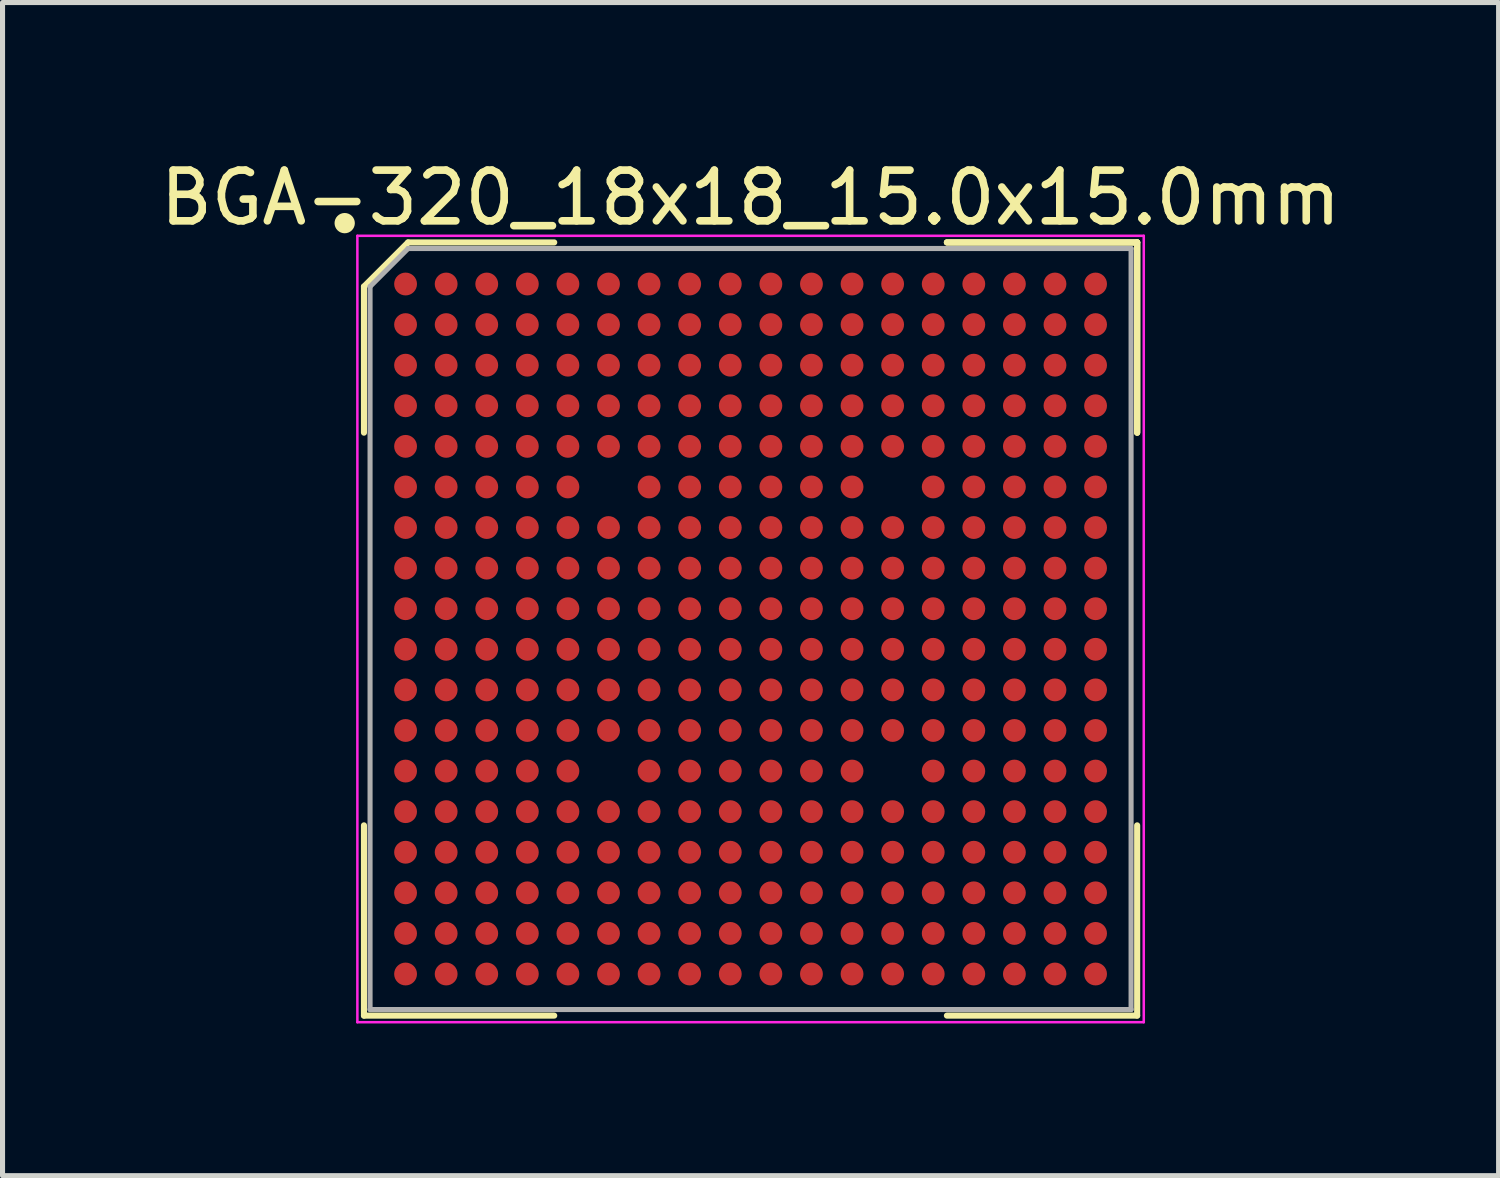
<source format=kicad_pcb>
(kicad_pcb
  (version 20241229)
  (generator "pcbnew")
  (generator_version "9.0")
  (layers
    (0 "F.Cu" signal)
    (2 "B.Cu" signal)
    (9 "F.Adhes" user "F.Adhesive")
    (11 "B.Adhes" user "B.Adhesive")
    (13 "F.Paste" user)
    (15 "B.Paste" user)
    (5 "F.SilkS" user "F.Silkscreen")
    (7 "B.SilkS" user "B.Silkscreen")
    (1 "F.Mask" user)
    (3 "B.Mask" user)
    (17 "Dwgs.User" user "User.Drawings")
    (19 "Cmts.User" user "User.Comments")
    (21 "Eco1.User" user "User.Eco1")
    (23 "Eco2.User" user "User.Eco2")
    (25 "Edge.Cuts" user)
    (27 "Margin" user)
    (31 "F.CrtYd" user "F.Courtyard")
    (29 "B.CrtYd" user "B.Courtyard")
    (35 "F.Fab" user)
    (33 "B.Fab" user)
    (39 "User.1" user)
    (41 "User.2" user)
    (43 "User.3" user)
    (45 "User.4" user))
  (footprint "BGA-320_18x18_15.0x15.0mm"
    (layer "F.Cu")
    (at 11.744 9.348)
    (property "Reference" "BGA-320_18x18_15.0x15.0mm" (at 0 -8.5 0) (layer "F.SilkS") (effects (font (size 1 1) (thickness 0.15))))
    (attr smd)
    (fp_line (start -7.62 -6.75) (end -7.62 -3.87) (stroke (width 0.12) (type solid)) (layer "F.SilkS"))
    (fp_line (start -7.62 7.62) (end -7.62 3.87) (stroke (width 0.12) (type solid)) (layer "F.SilkS"))
    (fp_line (start -6.75 -7.62) (end -7.62 -6.75) (stroke (width 0.12) (type solid)) (layer "F.SilkS"))
    (fp_line (start -3.87 -7.62) (end -6.75 -7.62) (stroke (width 0.12) (type solid)) (layer "F.SilkS"))
    (fp_line (start -3.87 7.62) (end -7.62 7.62) (stroke (width 0.12) (type solid)) (layer "F.SilkS"))
    (fp_line (start 3.87 -7.62) (end 7.62 -7.62) (stroke (width 0.12) (type solid)) (layer "F.SilkS"))
    (fp_line (start 3.87 -7.62) (end 7.62 -7.62) (stroke (width 0.12) (type solid)) (layer "F.SilkS"))
    (fp_line (start 3.87 -7.62) (end 7.62 -7.62) (stroke (width 0.12) (type solid)) (layer "F.SilkS"))
    (fp_line (start 3.87 7.62) (end 7.62 7.62) (stroke (width 0.12) (type solid)) (layer "F.SilkS"))
    (fp_line (start 7.62 -7.62) (end 7.62 -3.87) (stroke (width 0.12) (type solid)) (layer "F.SilkS"))
    (fp_line (start 7.62 -7.62) (end 7.62 -3.87) (stroke (width 0.12) (type solid)) (layer "F.SilkS"))
    (fp_line (start 7.62 -7.62) (end 7.62 -3.87) (stroke (width 0.12) (type solid)) (layer "F.SilkS"))
    (fp_line (start 7.62 7.62) (end 7.62 3.87) (stroke (width 0.12) (type solid)) (layer "F.SilkS"))
    (fp_circle (center -8 -8) (end -7.9 -8) (stroke (width 0.2) (type solid)) (fill no) (layer "F.SilkS"))
    (fp_line (start -7.75 -7.75) (end 7.75 -7.75) (stroke (width 0.05) (type solid)) (layer "F.CrtYd"))
    (fp_line (start -7.75 7.75) (end -7.75 -7.75) (stroke (width 0.05) (type solid)) (layer "F.CrtYd"))
    (fp_line (start 7.75 -7.75) (end 7.75 7.75) (stroke (width 0.05) (type solid)) (layer "F.CrtYd"))
    (fp_line (start 7.75 7.75) (end -7.75 7.75) (stroke (width 0.05) (type solid)) (layer "F.CrtYd"))
    (fp_line (start -7.5 -6.75) (end -7.5 7.5) (stroke (width 0.1) (type solid)) (layer "F.Fab"))
    (fp_line (start -7.5 7.5) (end 7.5 7.5) (stroke (width 0.1) (type solid)) (layer "F.Fab"))
    (fp_line (start -6.75 -7.5) (end -7.5 -6.75) (stroke (width 0.1) (type solid)) (layer "F.Fab"))
    (fp_line (start 7.5 -7.5) (end -6.75 -7.5) (stroke (width 0.1) (type solid)) (layer "F.Fab"))
    (fp_line (start 7.5 7.5) (end 7.5 -7.5) (stroke (width 0.1) (type solid)) (layer "F.Fab"))
    (pad "A1" smd circle (at -6.8 -6.8) (size 0.45 0.45) (layers "F.Cu" "F.Mask" "F.Paste"))
    (pad "A2" smd circle (at -6 -6.8) (size 0.45 0.45) (layers "F.Cu" "F.Mask" "F.Paste"))
    (pad "A3" smd circle (at -5.2 -6.8) (size 0.45 0.45) (layers "F.Cu" "F.Mask" "F.Paste"))
    (pad "A4" smd circle (at -4.4 -6.8) (size 0.45 0.45) (layers "F.Cu" "F.Mask" "F.Paste"))
    (pad "A5" smd circle (at -3.6 -6.8) (size 0.45 0.45) (layers "F.Cu" "F.Mask" "F.Paste"))
    (pad "A6" smd circle (at -2.8 -6.8) (size 0.45 0.45) (layers "F.Cu" "F.Mask" "F.Paste"))
    (pad "A7" smd circle (at -2 -6.8) (size 0.45 0.45) (layers "F.Cu" "F.Mask" "F.Paste"))
    (pad "A8" smd circle (at -1.2 -6.8) (size 0.45 0.45) (layers "F.Cu" "F.Mask" "F.Paste"))
    (pad "A9" smd circle (at -0.4 -6.8) (size 0.45 0.45) (layers "F.Cu" "F.Mask" "F.Paste"))
    (pad "A10" smd circle (at 0.4 -6.8) (size 0.45 0.45) (layers "F.Cu" "F.Mask" "F.Paste"))
    (pad "A11" smd circle (at 1.2 -6.8) (size 0.45 0.45) (layers "F.Cu" "F.Mask" "F.Paste"))
    (pad "A12" smd circle (at 2 -6.8) (size 0.45 0.45) (layers "F.Cu" "F.Mask" "F.Paste"))
    (pad "A13" smd circle (at 2.8 -6.8) (size 0.45 0.45) (layers "F.Cu" "F.Mask" "F.Paste"))
    (pad "A14" smd circle (at 3.6 -6.8) (size 0.45 0.45) (layers "F.Cu" "F.Mask" "F.Paste"))
    (pad "A15" smd circle (at 4.4 -6.8) (size 0.45 0.45) (layers "F.Cu" "F.Mask" "F.Paste"))
    (pad "A16" smd circle (at 5.2 -6.8) (size 0.45 0.45) (layers "F.Cu" "F.Mask" "F.Paste"))
    (pad "A17" smd circle (at 6 -6.8) (size 0.45 0.45) (layers "F.Cu" "F.Mask" "F.Paste"))
    (pad "A18" smd circle (at 6.8 -6.8) (size 0.45 0.45) (layers "F.Cu" "F.Mask" "F.Paste"))
    (pad "B1" smd circle (at -6.8 -6) (size 0.45 0.45) (layers "F.Cu" "F.Mask" "F.Paste"))
    (pad "B2" smd circle (at -6 -6) (size 0.45 0.45) (layers "F.Cu" "F.Mask" "F.Paste"))
    (pad "B3" smd circle (at -5.2 -6) (size 0.45 0.45) (layers "F.Cu" "F.Mask" "F.Paste"))
    (pad "B4" smd circle (at -4.4 -6) (size 0.45 0.45) (layers "F.Cu" "F.Mask" "F.Paste"))
    (pad "B5" smd circle (at -3.6 -6) (size 0.45 0.45) (layers "F.Cu" "F.Mask" "F.Paste"))
    (pad "B6" smd circle (at -2.8 -6) (size 0.45 0.45) (layers "F.Cu" "F.Mask" "F.Paste"))
    (pad "B7" smd circle (at -2 -6) (size 0.45 0.45) (layers "F.Cu" "F.Mask" "F.Paste"))
    (pad "B8" smd circle (at -1.2 -6) (size 0.45 0.45) (layers "F.Cu" "F.Mask" "F.Paste"))
    (pad "B9" smd circle (at -0.4 -6) (size 0.45 0.45) (layers "F.Cu" "F.Mask" "F.Paste"))
    (pad "B10" smd circle (at 0.4 -6) (size 0.45 0.45) (layers "F.Cu" "F.Mask" "F.Paste"))
    (pad "B11" smd circle (at 1.2 -6) (size 0.45 0.45) (layers "F.Cu" "F.Mask" "F.Paste"))
    (pad "B12" smd circle (at 2 -6) (size 0.45 0.45) (layers "F.Cu" "F.Mask" "F.Paste"))
    (pad "B13" smd circle (at 2.8 -6) (size 0.45 0.45) (layers "F.Cu" "F.Mask" "F.Paste"))
    (pad "B14" smd circle (at 3.6 -6) (size 0.45 0.45) (layers "F.Cu" "F.Mask" "F.Paste"))
    (pad "B15" smd circle (at 4.4 -6) (size 0.45 0.45) (layers "F.Cu" "F.Mask" "F.Paste"))
    (pad "B16" smd circle (at 5.2 -6) (size 0.45 0.45) (layers "F.Cu" "F.Mask" "F.Paste"))
    (pad "B17" smd circle (at 6 -6) (size 0.45 0.45) (layers "F.Cu" "F.Mask" "F.Paste"))
    (pad "B18" smd circle (at 6.8 -6) (size 0.45 0.45) (layers "F.Cu" "F.Mask" "F.Paste"))
    (pad "C1" smd circle (at -6.8 -5.2) (size 0.45 0.45) (layers "F.Cu" "F.Mask" "F.Paste"))
    (pad "C2" smd circle (at -6 -5.2) (size 0.45 0.45) (layers "F.Cu" "F.Mask" "F.Paste"))
    (pad "C3" smd circle (at -5.2 -5.2) (size 0.45 0.45) (layers "F.Cu" "F.Mask" "F.Paste"))
    (pad "C4" smd circle (at -4.4 -5.2) (size 0.45 0.45) (layers "F.Cu" "F.Mask" "F.Paste"))
    (pad "C5" smd circle (at -3.6 -5.2) (size 0.45 0.45) (layers "F.Cu" "F.Mask" "F.Paste"))
    (pad "C6" smd circle (at -2.8 -5.2) (size 0.45 0.45) (layers "F.Cu" "F.Mask" "F.Paste"))
    (pad "C7" smd circle (at -2 -5.2) (size 0.45 0.45) (layers "F.Cu" "F.Mask" "F.Paste"))
    (pad "C8" smd circle (at -1.2 -5.2) (size 0.45 0.45) (layers "F.Cu" "F.Mask" "F.Paste"))
    (pad "C9" smd circle (at -0.4 -5.2) (size 0.45 0.45) (layers "F.Cu" "F.Mask" "F.Paste"))
    (pad "C10" smd circle (at 0.4 -5.2) (size 0.45 0.45) (layers "F.Cu" "F.Mask" "F.Paste"))
    (pad "C11" smd circle (at 1.2 -5.2) (size 0.45 0.45) (layers "F.Cu" "F.Mask" "F.Paste"))
    (pad "C12" smd circle (at 2 -5.2) (size 0.45 0.45) (layers "F.Cu" "F.Mask" "F.Paste"))
    (pad "C13" smd circle (at 2.8 -5.2) (size 0.45 0.45) (layers "F.Cu" "F.Mask" "F.Paste"))
    (pad "C14" smd circle (at 3.6 -5.2) (size 0.45 0.45) (layers "F.Cu" "F.Mask" "F.Paste"))
    (pad "C15" smd circle (at 4.4 -5.2) (size 0.45 0.45) (layers "F.Cu" "F.Mask" "F.Paste"))
    (pad "C16" smd circle (at 5.2 -5.2) (size 0.45 0.45) (layers "F.Cu" "F.Mask" "F.Paste"))
    (pad "C17" smd circle (at 6 -5.2) (size 0.45 0.45) (layers "F.Cu" "F.Mask" "F.Paste"))
    (pad "C18" smd circle (at 6.8 -5.2) (size 0.45 0.45) (layers "F.Cu" "F.Mask" "F.Paste"))
    (pad "D1" smd circle (at -6.8 -4.4) (size 0.45 0.45) (layers "F.Cu" "F.Mask" "F.Paste"))
    (pad "D2" smd circle (at -6 -4.4) (size 0.45 0.45) (layers "F.Cu" "F.Mask" "F.Paste"))
    (pad "D3" smd circle (at -5.2 -4.4) (size 0.45 0.45) (layers "F.Cu" "F.Mask" "F.Paste"))
    (pad "D4" smd circle (at -4.4 -4.4) (size 0.45 0.45) (layers "F.Cu" "F.Mask" "F.Paste"))
    (pad "D5" smd circle (at -3.6 -4.4) (size 0.45 0.45) (layers "F.Cu" "F.Mask" "F.Paste"))
    (pad "D6" smd circle (at -2.8 -4.4) (size 0.45 0.45) (layers "F.Cu" "F.Mask" "F.Paste"))
    (pad "D7" smd circle (at -2 -4.4) (size 0.45 0.45) (layers "F.Cu" "F.Mask" "F.Paste"))
    (pad "D8" smd circle (at -1.2 -4.4) (size 0.45 0.45) (layers "F.Cu" "F.Mask" "F.Paste"))
    (pad "D9" smd circle (at -0.4 -4.4) (size 0.45 0.45) (layers "F.Cu" "F.Mask" "F.Paste"))
    (pad "D10" smd circle (at 0.4 -4.4) (size 0.45 0.45) (layers "F.Cu" "F.Mask" "F.Paste"))
    (pad "D11" smd circle (at 1.2 -4.4) (size 0.45 0.45) (layers "F.Cu" "F.Mask" "F.Paste"))
    (pad "D12" smd circle (at 2 -4.4) (size 0.45 0.45) (layers "F.Cu" "F.Mask" "F.Paste"))
    (pad "D13" smd circle (at 2.8 -4.4) (size 0.45 0.45) (layers "F.Cu" "F.Mask" "F.Paste"))
    (pad "D14" smd circle (at 3.6 -4.4) (size 0.45 0.45) (layers "F.Cu" "F.Mask" "F.Paste"))
    (pad "D15" smd circle (at 4.4 -4.4) (size 0.45 0.45) (layers "F.Cu" "F.Mask" "F.Paste"))
    (pad "D16" smd circle (at 5.2 -4.4) (size 0.45 0.45) (layers "F.Cu" "F.Mask" "F.Paste"))
    (pad "D17" smd circle (at 6 -4.4) (size 0.45 0.45) (layers "F.Cu" "F.Mask" "F.Paste"))
    (pad "D18" smd circle (at 6.8 -4.4) (size 0.45 0.45) (layers "F.Cu" "F.Mask" "F.Paste"))
    (pad "E1" smd circle (at -6.8 -3.6) (size 0.45 0.45) (layers "F.Cu" "F.Mask" "F.Paste"))
    (pad "E2" smd circle (at -6 -3.6) (size 0.45 0.45) (layers "F.Cu" "F.Mask" "F.Paste"))
    (pad "E3" smd circle (at -5.2 -3.6) (size 0.45 0.45) (layers "F.Cu" "F.Mask" "F.Paste"))
    (pad "E4" smd circle (at -4.4 -3.6) (size 0.45 0.45) (layers "F.Cu" "F.Mask" "F.Paste"))
    (pad "E5" smd circle (at -3.6 -3.6) (size 0.45 0.45) (layers "F.Cu" "F.Mask" "F.Paste"))
    (pad "E6" smd circle (at -2.8 -3.6) (size 0.45 0.45) (layers "F.Cu" "F.Mask" "F.Paste"))
    (pad "E7" smd circle (at -2 -3.6) (size 0.45 0.45) (layers "F.Cu" "F.Mask" "F.Paste"))
    (pad "E8" smd circle (at -1.2 -3.6) (size 0.45 0.45) (layers "F.Cu" "F.Mask" "F.Paste"))
    (pad "E9" smd circle (at -0.4 -3.6) (size 0.45 0.45) (layers "F.Cu" "F.Mask" "F.Paste"))
    (pad "E10" smd circle (at 0.4 -3.6) (size 0.45 0.45) (layers "F.Cu" "F.Mask" "F.Paste"))
    (pad "E11" smd circle (at 1.2 -3.6) (size 0.45 0.45) (layers "F.Cu" "F.Mask" "F.Paste"))
    (pad "E12" smd circle (at 2 -3.6) (size 0.45 0.45) (layers "F.Cu" "F.Mask" "F.Paste"))
    (pad "E13" smd circle (at 2.8 -3.6) (size 0.45 0.45) (layers "F.Cu" "F.Mask" "F.Paste"))
    (pad "E14" smd circle (at 3.6 -3.6) (size 0.45 0.45) (layers "F.Cu" "F.Mask" "F.Paste"))
    (pad "E15" smd circle (at 4.4 -3.6) (size 0.45 0.45) (layers "F.Cu" "F.Mask" "F.Paste"))
    (pad "E16" smd circle (at 5.2 -3.6) (size 0.45 0.45) (layers "F.Cu" "F.Mask" "F.Paste"))
    (pad "E17" smd circle (at 6 -3.6) (size 0.45 0.45) (layers "F.Cu" "F.Mask" "F.Paste"))
    (pad "E18" smd circle (at 6.8 -3.6) (size 0.45 0.45) (layers "F.Cu" "F.Mask" "F.Paste"))
    (pad "F1" smd circle (at -6.8 -2.8) (size 0.45 0.45) (layers "F.Cu" "F.Mask" "F.Paste"))
    (pad "F2" smd circle (at -6 -2.8) (size 0.45 0.45) (layers "F.Cu" "F.Mask" "F.Paste"))
    (pad "F3" smd circle (at -5.2 -2.8) (size 0.45 0.45) (layers "F.Cu" "F.Mask" "F.Paste"))
    (pad "F4" smd circle (at -4.4 -2.8) (size 0.45 0.45) (layers "F.Cu" "F.Mask" "F.Paste"))
    (pad "F5" smd circle (at -3.6 -2.8) (size 0.45 0.45) (layers "F.Cu" "F.Mask" "F.Paste"))
    (pad "F7" smd circle (at -2 -2.8) (size 0.45 0.45) (layers "F.Cu" "F.Mask" "F.Paste"))
    (pad "F8" smd circle (at -1.2 -2.8) (size 0.45 0.45) (layers "F.Cu" "F.Mask" "F.Paste"))
    (pad "F9" smd circle (at -0.4 -2.8) (size 0.45 0.45) (layers "F.Cu" "F.Mask" "F.Paste"))
    (pad "F10" smd circle (at 0.4 -2.8) (size 0.45 0.45) (layers "F.Cu" "F.Mask" "F.Paste"))
    (pad "F11" smd circle (at 1.2 -2.8) (size 0.45 0.45) (layers "F.Cu" "F.Mask" "F.Paste"))
    (pad "F12" smd circle (at 2 -2.8) (size 0.45 0.45) (layers "F.Cu" "F.Mask" "F.Paste"))
    (pad "F14" smd circle (at 3.6 -2.8) (size 0.45 0.45) (layers "F.Cu" "F.Mask" "F.Paste"))
    (pad "F15" smd circle (at 4.4 -2.8) (size 0.45 0.45) (layers "F.Cu" "F.Mask" "F.Paste"))
    (pad "F16" smd circle (at 5.2 -2.8) (size 0.45 0.45) (layers "F.Cu" "F.Mask" "F.Paste"))
    (pad "F17" smd circle (at 6 -2.8) (size 0.45 0.45) (layers "F.Cu" "F.Mask" "F.Paste"))
    (pad "F18" smd circle (at 6.8 -2.8) (size 0.45 0.45) (layers "F.Cu" "F.Mask" "F.Paste"))
    (pad "G1" smd circle (at -6.8 -2) (size 0.45 0.45) (layers "F.Cu" "F.Mask" "F.Paste"))
    (pad "G2" smd circle (at -6 -2) (size 0.45 0.45) (layers "F.Cu" "F.Mask" "F.Paste"))
    (pad "G3" smd circle (at -5.2 -2) (size 0.45 0.45) (layers "F.Cu" "F.Mask" "F.Paste"))
    (pad "G4" smd circle (at -4.4 -2) (size 0.45 0.45) (layers "F.Cu" "F.Mask" "F.Paste"))
    (pad "G5" smd circle (at -3.6 -2) (size 0.45 0.45) (layers "F.Cu" "F.Mask" "F.Paste"))
    (pad "G6" smd circle (at -2.8 -2) (size 0.45 0.45) (layers "F.Cu" "F.Mask" "F.Paste"))
    (pad "G7" smd circle (at -2 -2) (size 0.45 0.45) (layers "F.Cu" "F.Mask" "F.Paste"))
    (pad "G8" smd circle (at -1.2 -2) (size 0.45 0.45) (layers "F.Cu" "F.Mask" "F.Paste"))
    (pad "G9" smd circle (at -0.4 -2) (size 0.45 0.45) (layers "F.Cu" "F.Mask" "F.Paste"))
    (pad "G10" smd circle (at 0.4 -2) (size 0.45 0.45) (layers "F.Cu" "F.Mask" "F.Paste"))
    (pad "G11" smd circle (at 1.2 -2) (size 0.45 0.45) (layers "F.Cu" "F.Mask" "F.Paste"))
    (pad "G12" smd circle (at 2 -2) (size 0.45 0.45) (layers "F.Cu" "F.Mask" "F.Paste"))
    (pad "G13" smd circle (at 2.8 -2) (size 0.45 0.45) (layers "F.Cu" "F.Mask" "F.Paste"))
    (pad "G14" smd circle (at 3.6 -2) (size 0.45 0.45) (layers "F.Cu" "F.Mask" "F.Paste"))
    (pad "G15" smd circle (at 4.4 -2) (size 0.45 0.45) (layers "F.Cu" "F.Mask" "F.Paste"))
    (pad "G16" smd circle (at 5.2 -2) (size 0.45 0.45) (layers "F.Cu" "F.Mask" "F.Paste"))
    (pad "G17" smd circle (at 6 -2) (size 0.45 0.45) (layers "F.Cu" "F.Mask" "F.Paste"))
    (pad "G18" smd circle (at 6.8 -2) (size 0.45 0.45) (layers "F.Cu" "F.Mask" "F.Paste"))
    (pad "H1" smd circle (at -6.8 -1.2) (size 0.45 0.45) (layers "F.Cu" "F.Mask" "F.Paste"))
    (pad "H2" smd circle (at -6 -1.2) (size 0.45 0.45) (layers "F.Cu" "F.Mask" "F.Paste"))
    (pad "H3" smd circle (at -5.2 -1.2) (size 0.45 0.45) (layers "F.Cu" "F.Mask" "F.Paste"))
    (pad "H4" smd circle (at -4.4 -1.2) (size 0.45 0.45) (layers "F.Cu" "F.Mask" "F.Paste"))
    (pad "H5" smd circle (at -3.6 -1.2) (size 0.45 0.45) (layers "F.Cu" "F.Mask" "F.Paste"))
    (pad "H6" smd circle (at -2.8 -1.2) (size 0.45 0.45) (layers "F.Cu" "F.Mask" "F.Paste"))
    (pad "H7" smd circle (at -2 -1.2) (size 0.45 0.45) (layers "F.Cu" "F.Mask" "F.Paste"))
    (pad "H8" smd circle (at -1.2 -1.2) (size 0.45 0.45) (layers "F.Cu" "F.Mask" "F.Paste"))
    (pad "H9" smd circle (at -0.4 -1.2) (size 0.45 0.45) (layers "F.Cu" "F.Mask" "F.Paste"))
    (pad "H10" smd circle (at 0.4 -1.2) (size 0.45 0.45) (layers "F.Cu" "F.Mask" "F.Paste"))
    (pad "H11" smd circle (at 1.2 -1.2) (size 0.45 0.45) (layers "F.Cu" "F.Mask" "F.Paste"))
    (pad "H12" smd circle (at 2 -1.2) (size 0.45 0.45) (layers "F.Cu" "F.Mask" "F.Paste"))
    (pad "H13" smd circle (at 2.8 -1.2) (size 0.45 0.45) (layers "F.Cu" "F.Mask" "F.Paste"))
    (pad "H14" smd circle (at 3.6 -1.2) (size 0.45 0.45) (layers "F.Cu" "F.Mask" "F.Paste"))
    (pad "H15" smd circle (at 4.4 -1.2) (size 0.45 0.45) (layers "F.Cu" "F.Mask" "F.Paste"))
    (pad "H16" smd circle (at 5.2 -1.2) (size 0.45 0.45) (layers "F.Cu" "F.Mask" "F.Paste"))
    (pad "H17" smd circle (at 6 -1.2) (size 0.45 0.45) (layers "F.Cu" "F.Mask" "F.Paste"))
    (pad "H18" smd circle (at 6.8 -1.2) (size 0.45 0.45) (layers "F.Cu" "F.Mask" "F.Paste"))
    (pad "J1" smd circle (at -6.8 -0.4) (size 0.45 0.45) (layers "F.Cu" "F.Mask" "F.Paste"))
    (pad "J2" smd circle (at -6 -0.4) (size 0.45 0.45) (layers "F.Cu" "F.Mask" "F.Paste"))
    (pad "J3" smd circle (at -5.2 -0.4) (size 0.45 0.45) (layers "F.Cu" "F.Mask" "F.Paste"))
    (pad "J4" smd circle (at -4.4 -0.4) (size 0.45 0.45) (layers "F.Cu" "F.Mask" "F.Paste"))
    (pad "J5" smd circle (at -3.6 -0.4) (size 0.45 0.45) (layers "F.Cu" "F.Mask" "F.Paste"))
    (pad "J6" smd circle (at -2.8 -0.4) (size 0.45 0.45) (layers "F.Cu" "F.Mask" "F.Paste"))
    (pad "J7" smd circle (at -2 -0.4) (size 0.45 0.45) (layers "F.Cu" "F.Mask" "F.Paste"))
    (pad "J8" smd circle (at -1.2 -0.4) (size 0.45 0.45) (layers "F.Cu" "F.Mask" "F.Paste"))
    (pad "J9" smd circle (at -0.4 -0.4) (size 0.45 0.45) (layers "F.Cu" "F.Mask" "F.Paste"))
    (pad "J10" smd circle (at 0.4 -0.4) (size 0.45 0.45) (layers "F.Cu" "F.Mask" "F.Paste"))
    (pad "J11" smd circle (at 1.2 -0.4) (size 0.45 0.45) (layers "F.Cu" "F.Mask" "F.Paste"))
    (pad "J12" smd circle (at 2 -0.4) (size 0.45 0.45) (layers "F.Cu" "F.Mask" "F.Paste"))
    (pad "J13" smd circle (at 2.8 -0.4) (size 0.45 0.45) (layers "F.Cu" "F.Mask" "F.Paste"))
    (pad "J14" smd circle (at 3.6 -0.4) (size 0.45 0.45) (layers "F.Cu" "F.Mask" "F.Paste"))
    (pad "J15" smd circle (at 4.4 -0.4) (size 0.45 0.45) (layers "F.Cu" "F.Mask" "F.Paste"))
    (pad "J16" smd circle (at 5.2 -0.4) (size 0.45 0.45) (layers "F.Cu" "F.Mask" "F.Paste"))
    (pad "J17" smd circle (at 6 -0.4) (size 0.45 0.45) (layers "F.Cu" "F.Mask" "F.Paste"))
    (pad "J18" smd circle (at 6.8 -0.4) (size 0.45 0.45) (layers "F.Cu" "F.Mask" "F.Paste"))
    (pad "K1" smd circle (at -6.8 0.4) (size 0.45 0.45) (layers "F.Cu" "F.Mask" "F.Paste"))
    (pad "K2" smd circle (at -6 0.4) (size 0.45 0.45) (layers "F.Cu" "F.Mask" "F.Paste"))
    (pad "K3" smd circle (at -5.2 0.4) (size 0.45 0.45) (layers "F.Cu" "F.Mask" "F.Paste"))
    (pad "K4" smd circle (at -4.4 0.4) (size 0.45 0.45) (layers "F.Cu" "F.Mask" "F.Paste"))
    (pad "K5" smd circle (at -3.6 0.4) (size 0.45 0.45) (layers "F.Cu" "F.Mask" "F.Paste"))
    (pad "K6" smd circle (at -2.8 0.4) (size 0.45 0.45) (layers "F.Cu" "F.Mask" "F.Paste"))
    (pad "K7" smd circle (at -2 0.4) (size 0.45 0.45) (layers "F.Cu" "F.Mask" "F.Paste"))
    (pad "K8" smd circle (at -1.2 0.4) (size 0.45 0.45) (layers "F.Cu" "F.Mask" "F.Paste"))
    (pad "K9" smd circle (at -0.4 0.4) (size 0.45 0.45) (layers "F.Cu" "F.Mask" "F.Paste"))
    (pad "K10" smd circle (at 0.4 0.4) (size 0.45 0.45) (layers "F.Cu" "F.Mask" "F.Paste"))
    (pad "K11" smd circle (at 1.2 0.4) (size 0.45 0.45) (layers "F.Cu" "F.Mask" "F.Paste"))
    (pad "K12" smd circle (at 2 0.4) (size 0.45 0.45) (layers "F.Cu" "F.Mask" "F.Paste"))
    (pad "K13" smd circle (at 2.8 0.4) (size 0.45 0.45) (layers "F.Cu" "F.Mask" "F.Paste"))
    (pad "K14" smd circle (at 3.6 0.4) (size 0.45 0.45) (layers "F.Cu" "F.Mask" "F.Paste"))
    (pad "K15" smd circle (at 4.4 0.4) (size 0.45 0.45) (layers "F.Cu" "F.Mask" "F.Paste"))
    (pad "K16" smd circle (at 5.2 0.4) (size 0.45 0.45) (layers "F.Cu" "F.Mask" "F.Paste"))
    (pad "K17" smd circle (at 6 0.4) (size 0.45 0.45) (layers "F.Cu" "F.Mask" "F.Paste"))
    (pad "K18" smd circle (at 6.8 0.4) (size 0.45 0.45) (layers "F.Cu" "F.Mask" "F.Paste"))
    (pad "L1" smd circle (at -6.8 1.2) (size 0.45 0.45) (layers "F.Cu" "F.Mask" "F.Paste"))
    (pad "L2" smd circle (at -6 1.2) (size 0.45 0.45) (layers "F.Cu" "F.Mask" "F.Paste"))
    (pad "L3" smd circle (at -5.2 1.2) (size 0.45 0.45) (layers "F.Cu" "F.Mask" "F.Paste"))
    (pad "L4" smd circle (at -4.4 1.2) (size 0.45 0.45) (layers "F.Cu" "F.Mask" "F.Paste"))
    (pad "L5" smd circle (at -3.6 1.2) (size 0.45 0.45) (layers "F.Cu" "F.Mask" "F.Paste"))
    (pad "L6" smd circle (at -2.8 1.2) (size 0.45 0.45) (layers "F.Cu" "F.Mask" "F.Paste"))
    (pad "L7" smd circle (at -2 1.2) (size 0.45 0.45) (layers "F.Cu" "F.Mask" "F.Paste"))
    (pad "L8" smd circle (at -1.2 1.2) (size 0.45 0.45) (layers "F.Cu" "F.Mask" "F.Paste"))
    (pad "L9" smd circle (at -0.4 1.2) (size 0.45 0.45) (layers "F.Cu" "F.Mask" "F.Paste"))
    (pad "L10" smd circle (at 0.4 1.2) (size 0.45 0.45) (layers "F.Cu" "F.Mask" "F.Paste"))
    (pad "L11" smd circle (at 1.2 1.2) (size 0.45 0.45) (layers "F.Cu" "F.Mask" "F.Paste"))
    (pad "L12" smd circle (at 2 1.2) (size 0.45 0.45) (layers "F.Cu" "F.Mask" "F.Paste"))
    (pad "L13" smd circle (at 2.8 1.2) (size 0.45 0.45) (layers "F.Cu" "F.Mask" "F.Paste"))
    (pad "L14" smd circle (at 3.6 1.2) (size 0.45 0.45) (layers "F.Cu" "F.Mask" "F.Paste"))
    (pad "L15" smd circle (at 4.4 1.2) (size 0.45 0.45) (layers "F.Cu" "F.Mask" "F.Paste"))
    (pad "L16" smd circle (at 5.2 1.2) (size 0.45 0.45) (layers "F.Cu" "F.Mask" "F.Paste"))
    (pad "L17" smd circle (at 6 1.2) (size 0.45 0.45) (layers "F.Cu" "F.Mask" "F.Paste"))
    (pad "L18" smd circle (at 6.8 1.2) (size 0.45 0.45) (layers "F.Cu" "F.Mask" "F.Paste"))
    (pad "M1" smd circle (at -6.8 2) (size 0.45 0.45) (layers "F.Cu" "F.Mask" "F.Paste"))
    (pad "M2" smd circle (at -6 2) (size 0.45 0.45) (layers "F.Cu" "F.Mask" "F.Paste"))
    (pad "M3" smd circle (at -5.2 2) (size 0.45 0.45) (layers "F.Cu" "F.Mask" "F.Paste"))
    (pad "M4" smd circle (at -4.4 2) (size 0.45 0.45) (layers "F.Cu" "F.Mask" "F.Paste"))
    (pad "M5" smd circle (at -3.6 2) (size 0.45 0.45) (layers "F.Cu" "F.Mask" "F.Paste"))
    (pad "M6" smd circle (at -2.8 2) (size 0.45 0.45) (layers "F.Cu" "F.Mask" "F.Paste"))
    (pad "M7" smd circle (at -2 2) (size 0.45 0.45) (layers "F.Cu" "F.Mask" "F.Paste"))
    (pad "M8" smd circle (at -1.2 2) (size 0.45 0.45) (layers "F.Cu" "F.Mask" "F.Paste"))
    (pad "M9" smd circle (at -0.4 2) (size 0.45 0.45) (layers "F.Cu" "F.Mask" "F.Paste"))
    (pad "M10" smd circle (at 0.4 2) (size 0.45 0.45) (layers "F.Cu" "F.Mask" "F.Paste"))
    (pad "M11" smd circle (at 1.2 2) (size 0.45 0.45) (layers "F.Cu" "F.Mask" "F.Paste"))
    (pad "M12" smd circle (at 2 2) (size 0.45 0.45) (layers "F.Cu" "F.Mask" "F.Paste"))
    (pad "M13" smd circle (at 2.8 2) (size 0.45 0.45) (layers "F.Cu" "F.Mask" "F.Paste"))
    (pad "M14" smd circle (at 3.6 2) (size 0.45 0.45) (layers "F.Cu" "F.Mask" "F.Paste"))
    (pad "M15" smd circle (at 4.4 2) (size 0.45 0.45) (layers "F.Cu" "F.Mask" "F.Paste"))
    (pad "M16" smd circle (at 5.2 2) (size 0.45 0.45) (layers "F.Cu" "F.Mask" "F.Paste"))
    (pad "M17" smd circle (at 6 2) (size 0.45 0.45) (layers "F.Cu" "F.Mask" "F.Paste"))
    (pad "M18" smd circle (at 6.8 2) (size 0.45 0.45) (layers "F.Cu" "F.Mask" "F.Paste"))
    (pad "N1" smd circle (at -6.8 2.8) (size 0.45 0.45) (layers "F.Cu" "F.Mask" "F.Paste"))
    (pad "N2" smd circle (at -6 2.8) (size 0.45 0.45) (layers "F.Cu" "F.Mask" "F.Paste"))
    (pad "N3" smd circle (at -5.2 2.8) (size 0.45 0.45) (layers "F.Cu" "F.Mask" "F.Paste"))
    (pad "N4" smd circle (at -4.4 2.8) (size 0.45 0.45) (layers "F.Cu" "F.Mask" "F.Paste"))
    (pad "N5" smd circle (at -3.6 2.8) (size 0.45 0.45) (layers "F.Cu" "F.Mask" "F.Paste"))
    (pad "N7" smd circle (at -2 2.8) (size 0.45 0.45) (layers "F.Cu" "F.Mask" "F.Paste"))
    (pad "N8" smd circle (at -1.2 2.8) (size 0.45 0.45) (layers "F.Cu" "F.Mask" "F.Paste"))
    (pad "N9" smd circle (at -0.4 2.8) (size 0.45 0.45) (layers "F.Cu" "F.Mask" "F.Paste"))
    (pad "N10" smd circle (at 0.4 2.8) (size 0.45 0.45) (layers "F.Cu" "F.Mask" "F.Paste"))
    (pad "N11" smd circle (at 1.2 2.8) (size 0.45 0.45) (layers "F.Cu" "F.Mask" "F.Paste"))
    (pad "N12" smd circle (at 2 2.8) (size 0.45 0.45) (layers "F.Cu" "F.Mask" "F.Paste"))
    (pad "N14" smd circle (at 3.6 2.8) (size 0.45 0.45) (layers "F.Cu" "F.Mask" "F.Paste"))
    (pad "N15" smd circle (at 4.4 2.8) (size 0.45 0.45) (layers "F.Cu" "F.Mask" "F.Paste"))
    (pad "N16" smd circle (at 5.2 2.8) (size 0.45 0.45) (layers "F.Cu" "F.Mask" "F.Paste"))
    (pad "N17" smd circle (at 6 2.8) (size 0.45 0.45) (layers "F.Cu" "F.Mask" "F.Paste"))
    (pad "N18" smd circle (at 6.8 2.8) (size 0.45 0.45) (layers "F.Cu" "F.Mask" "F.Paste"))
    (pad "P1" smd circle (at -6.8 3.6) (size 0.45 0.45) (layers "F.Cu" "F.Mask" "F.Paste"))
    (pad "P2" smd circle (at -6 3.6) (size 0.45 0.45) (layers "F.Cu" "F.Mask" "F.Paste"))
    (pad "P3" smd circle (at -5.2 3.6) (size 0.45 0.45) (layers "F.Cu" "F.Mask" "F.Paste"))
    (pad "P4" smd circle (at -4.4 3.6) (size 0.45 0.45) (layers "F.Cu" "F.Mask" "F.Paste"))
    (pad "P5" smd circle (at -3.6 3.6) (size 0.45 0.45) (layers "F.Cu" "F.Mask" "F.Paste"))
    (pad "P6" smd circle (at -2.8 3.6) (size 0.45 0.45) (layers "F.Cu" "F.Mask" "F.Paste"))
    (pad "P7" smd circle (at -2 3.6) (size 0.45 0.45) (layers "F.Cu" "F.Mask" "F.Paste"))
    (pad "P8" smd circle (at -1.2 3.6) (size 0.45 0.45) (layers "F.Cu" "F.Mask" "F.Paste"))
    (pad "P9" smd circle (at -0.4 3.6) (size 0.45 0.45) (layers "F.Cu" "F.Mask" "F.Paste"))
    (pad "P10" smd circle (at 0.4 3.6) (size 0.45 0.45) (layers "F.Cu" "F.Mask" "F.Paste"))
    (pad "P11" smd circle (at 1.2 3.6) (size 0.45 0.45) (layers "F.Cu" "F.Mask" "F.Paste"))
    (pad "P12" smd circle (at 2 3.6) (size 0.45 0.45) (layers "F.Cu" "F.Mask" "F.Paste"))
    (pad "P13" smd circle (at 2.8 3.6) (size 0.45 0.45) (layers "F.Cu" "F.Mask" "F.Paste"))
    (pad "P14" smd circle (at 3.6 3.6) (size 0.45 0.45) (layers "F.Cu" "F.Mask" "F.Paste"))
    (pad "P15" smd circle (at 4.4 3.6) (size 0.45 0.45) (layers "F.Cu" "F.Mask" "F.Paste"))
    (pad "P16" smd circle (at 5.2 3.6) (size 0.45 0.45) (layers "F.Cu" "F.Mask" "F.Paste"))
    (pad "P17" smd circle (at 6 3.6) (size 0.45 0.45) (layers "F.Cu" "F.Mask" "F.Paste"))
    (pad "P18" smd circle (at 6.8 3.6) (size 0.45 0.45) (layers "F.Cu" "F.Mask" "F.Paste"))
    (pad "R1" smd circle (at -6.8 4.4) (size 0.45 0.45) (layers "F.Cu" "F.Mask" "F.Paste"))
    (pad "R2" smd circle (at -6 4.4) (size 0.45 0.45) (layers "F.Cu" "F.Mask" "F.Paste"))
    (pad "R3" smd circle (at -5.2 4.4) (size 0.45 0.45) (layers "F.Cu" "F.Mask" "F.Paste"))
    (pad "R4" smd circle (at -4.4 4.4) (size 0.45 0.45) (layers "F.Cu" "F.Mask" "F.Paste"))
    (pad "R5" smd circle (at -3.6 4.4) (size 0.45 0.45) (layers "F.Cu" "F.Mask" "F.Paste"))
    (pad "R6" smd circle (at -2.8 4.4) (size 0.45 0.45) (layers "F.Cu" "F.Mask" "F.Paste"))
    (pad "R7" smd circle (at -2 4.4) (size 0.45 0.45) (layers "F.Cu" "F.Mask" "F.Paste"))
    (pad "R8" smd circle (at -1.2 4.4) (size 0.45 0.45) (layers "F.Cu" "F.Mask" "F.Paste"))
    (pad "R9" smd circle (at -0.4 4.4) (size 0.45 0.45) (layers "F.Cu" "F.Mask" "F.Paste"))
    (pad "R10" smd circle (at 0.4 4.4) (size 0.45 0.45) (layers "F.Cu" "F.Mask" "F.Paste"))
    (pad "R11" smd circle (at 1.2 4.4) (size 0.45 0.45) (layers "F.Cu" "F.Mask" "F.Paste"))
    (pad "R12" smd circle (at 2 4.4) (size 0.45 0.45) (layers "F.Cu" "F.Mask" "F.Paste"))
    (pad "R13" smd circle (at 2.8 4.4) (size 0.45 0.45) (layers "F.Cu" "F.Mask" "F.Paste"))
    (pad "R14" smd circle (at 3.6 4.4) (size 0.45 0.45) (layers "F.Cu" "F.Mask" "F.Paste"))
    (pad "R15" smd circle (at 4.4 4.4) (size 0.45 0.45) (layers "F.Cu" "F.Mask" "F.Paste"))
    (pad "R16" smd circle (at 5.2 4.4) (size 0.45 0.45) (layers "F.Cu" "F.Mask" "F.Paste"))
    (pad "R17" smd circle (at 6 4.4) (size 0.45 0.45) (layers "F.Cu" "F.Mask" "F.Paste"))
    (pad "R18" smd circle (at 6.8 4.4) (size 0.45 0.45) (layers "F.Cu" "F.Mask" "F.Paste"))
    (pad "T1" smd circle (at -6.8 5.2) (size 0.45 0.45) (layers "F.Cu" "F.Mask" "F.Paste"))
    (pad "T2" smd circle (at -6 5.2) (size 0.45 0.45) (layers "F.Cu" "F.Mask" "F.Paste"))
    (pad "T3" smd circle (at -5.2 5.2) (size 0.45 0.45) (layers "F.Cu" "F.Mask" "F.Paste"))
    (pad "T4" smd circle (at -4.4 5.2) (size 0.45 0.45) (layers "F.Cu" "F.Mask" "F.Paste"))
    (pad "T5" smd circle (at -3.6 5.2) (size 0.45 0.45) (layers "F.Cu" "F.Mask" "F.Paste"))
    (pad "T6" smd circle (at -2.8 5.2) (size 0.45 0.45) (layers "F.Cu" "F.Mask" "F.Paste"))
    (pad "T7" smd circle (at -2 5.2) (size 0.45 0.45) (layers "F.Cu" "F.Mask" "F.Paste"))
    (pad "T8" smd circle (at -1.2 5.2) (size 0.45 0.45) (layers "F.Cu" "F.Mask" "F.Paste"))
    (pad "T9" smd circle (at -0.4 5.2) (size 0.45 0.45) (layers "F.Cu" "F.Mask" "F.Paste"))
    (pad "T10" smd circle (at 0.4 5.2) (size 0.45 0.45) (layers "F.Cu" "F.Mask" "F.Paste"))
    (pad "T11" smd circle (at 1.2 5.2) (size 0.45 0.45) (layers "F.Cu" "F.Mask" "F.Paste"))
    (pad "T12" smd circle (at 2 5.2) (size 0.45 0.45) (layers "F.Cu" "F.Mask" "F.Paste"))
    (pad "T13" smd circle (at 2.8 5.2) (size 0.45 0.45) (layers "F.Cu" "F.Mask" "F.Paste"))
    (pad "T14" smd circle (at 3.6 5.2) (size 0.45 0.45) (layers "F.Cu" "F.Mask" "F.Paste"))
    (pad "T15" smd circle (at 4.4 5.2) (size 0.45 0.45) (layers "F.Cu" "F.Mask" "F.Paste"))
    (pad "T16" smd circle (at 5.2 5.2) (size 0.45 0.45) (layers "F.Cu" "F.Mask" "F.Paste"))
    (pad "T17" smd circle (at 6 5.2) (size 0.45 0.45) (layers "F.Cu" "F.Mask" "F.Paste"))
    (pad "T18" smd circle (at 6.8 5.2) (size 0.45 0.45) (layers "F.Cu" "F.Mask" "F.Paste"))
    (pad "U1" smd circle (at -6.8 6) (size 0.45 0.45) (layers "F.Cu" "F.Mask" "F.Paste"))
    (pad "U2" smd circle (at -6 6) (size 0.45 0.45) (layers "F.Cu" "F.Mask" "F.Paste"))
    (pad "U3" smd circle (at -5.2 6) (size 0.45 0.45) (layers "F.Cu" "F.Mask" "F.Paste"))
    (pad "U4" smd circle (at -4.4 6) (size 0.45 0.45) (layers "F.Cu" "F.Mask" "F.Paste"))
    (pad "U5" smd circle (at -3.6 6) (size 0.45 0.45) (layers "F.Cu" "F.Mask" "F.Paste"))
    (pad "U6" smd circle (at -2.8 6) (size 0.45 0.45) (layers "F.Cu" "F.Mask" "F.Paste"))
    (pad "U7" smd circle (at -2 6) (size 0.45 0.45) (layers "F.Cu" "F.Mask" "F.Paste"))
    (pad "U8" smd circle (at -1.2 6) (size 0.45 0.45) (layers "F.Cu" "F.Mask" "F.Paste"))
    (pad "U9" smd circle (at -0.4 6) (size 0.45 0.45) (layers "F.Cu" "F.Mask" "F.Paste"))
    (pad "U10" smd circle (at 0.4 6) (size 0.45 0.45) (layers "F.Cu" "F.Mask" "F.Paste"))
    (pad "U11" smd circle (at 1.2 6) (size 0.45 0.45) (layers "F.Cu" "F.Mask" "F.Paste"))
    (pad "U12" smd circle (at 2 6) (size 0.45 0.45) (layers "F.Cu" "F.Mask" "F.Paste"))
    (pad "U13" smd circle (at 2.8 6) (size 0.45 0.45) (layers "F.Cu" "F.Mask" "F.Paste"))
    (pad "U14" smd circle (at 3.6 6) (size 0.45 0.45) (layers "F.Cu" "F.Mask" "F.Paste"))
    (pad "U15" smd circle (at 4.4 6) (size 0.45 0.45) (layers "F.Cu" "F.Mask" "F.Paste"))
    (pad "U16" smd circle (at 5.2 6) (size 0.45 0.45) (layers "F.Cu" "F.Mask" "F.Paste"))
    (pad "U17" smd circle (at 6 6) (size 0.45 0.45) (layers "F.Cu" "F.Mask" "F.Paste"))
    (pad "U18" smd circle (at 6.8 6) (size 0.45 0.45) (layers "F.Cu" "F.Mask" "F.Paste"))
    (pad "V1" smd circle (at -6.8 6.8) (size 0.45 0.45) (layers "F.Cu" "F.Mask" "F.Paste"))
    (pad "V2" smd circle (at -6 6.8) (size 0.45 0.45) (layers "F.Cu" "F.Mask" "F.Paste"))
    (pad "V3" smd circle (at -5.2 6.8) (size 0.45 0.45) (layers "F.Cu" "F.Mask" "F.Paste"))
    (pad "V4" smd circle (at -4.4 6.8) (size 0.45 0.45) (layers "F.Cu" "F.Mask" "F.Paste"))
    (pad "V5" smd circle (at -3.6 6.8) (size 0.45 0.45) (layers "F.Cu" "F.Mask" "F.Paste"))
    (pad "V6" smd circle (at -2.8 6.8) (size 0.45 0.45) (layers "F.Cu" "F.Mask" "F.Paste"))
    (pad "V7" smd circle (at -2 6.8) (size 0.45 0.45) (layers "F.Cu" "F.Mask" "F.Paste"))
    (pad "V8" smd circle (at -1.2 6.8) (size 0.45 0.45) (layers "F.Cu" "F.Mask" "F.Paste"))
    (pad "V9" smd circle (at -0.4 6.8) (size 0.45 0.45) (layers "F.Cu" "F.Mask" "F.Paste"))
    (pad "V10" smd circle (at 0.4 6.8) (size 0.45 0.45) (layers "F.Cu" "F.Mask" "F.Paste"))
    (pad "V11" smd circle (at 1.2 6.8) (size 0.45 0.45) (layers "F.Cu" "F.Mask" "F.Paste"))
    (pad "V12" smd circle (at 2 6.8) (size 0.45 0.45) (layers "F.Cu" "F.Mask" "F.Paste"))
    (pad "V13" smd circle (at 2.8 6.8) (size 0.45 0.45) (layers "F.Cu" "F.Mask" "F.Paste"))
    (pad "V14" smd circle (at 3.6 6.8) (size 0.45 0.45) (layers "F.Cu" "F.Mask" "F.Paste"))
    (pad "V15" smd circle (at 4.4 6.8) (size 0.45 0.45) (layers "F.Cu" "F.Mask" "F.Paste"))
    (pad "V16" smd circle (at 5.2 6.8) (size 0.45 0.45) (layers "F.Cu" "F.Mask" "F.Paste"))
    (pad "V17" smd circle (at 6 6.8) (size 0.45 0.45) (layers "F.Cu" "F.Mask" "F.Paste"))
    (pad "V18" smd circle (at 6.8 6.8) (size 0.45 0.45) (layers "F.Cu" "F.Mask" "F.Paste")))
  (gr_rect
    (start -3 -3)
    (end 26.488 20.123)
    (stroke (width 0.1) (type default))
    (fill no)
    (layer "Edge.Cuts")))
</source>
